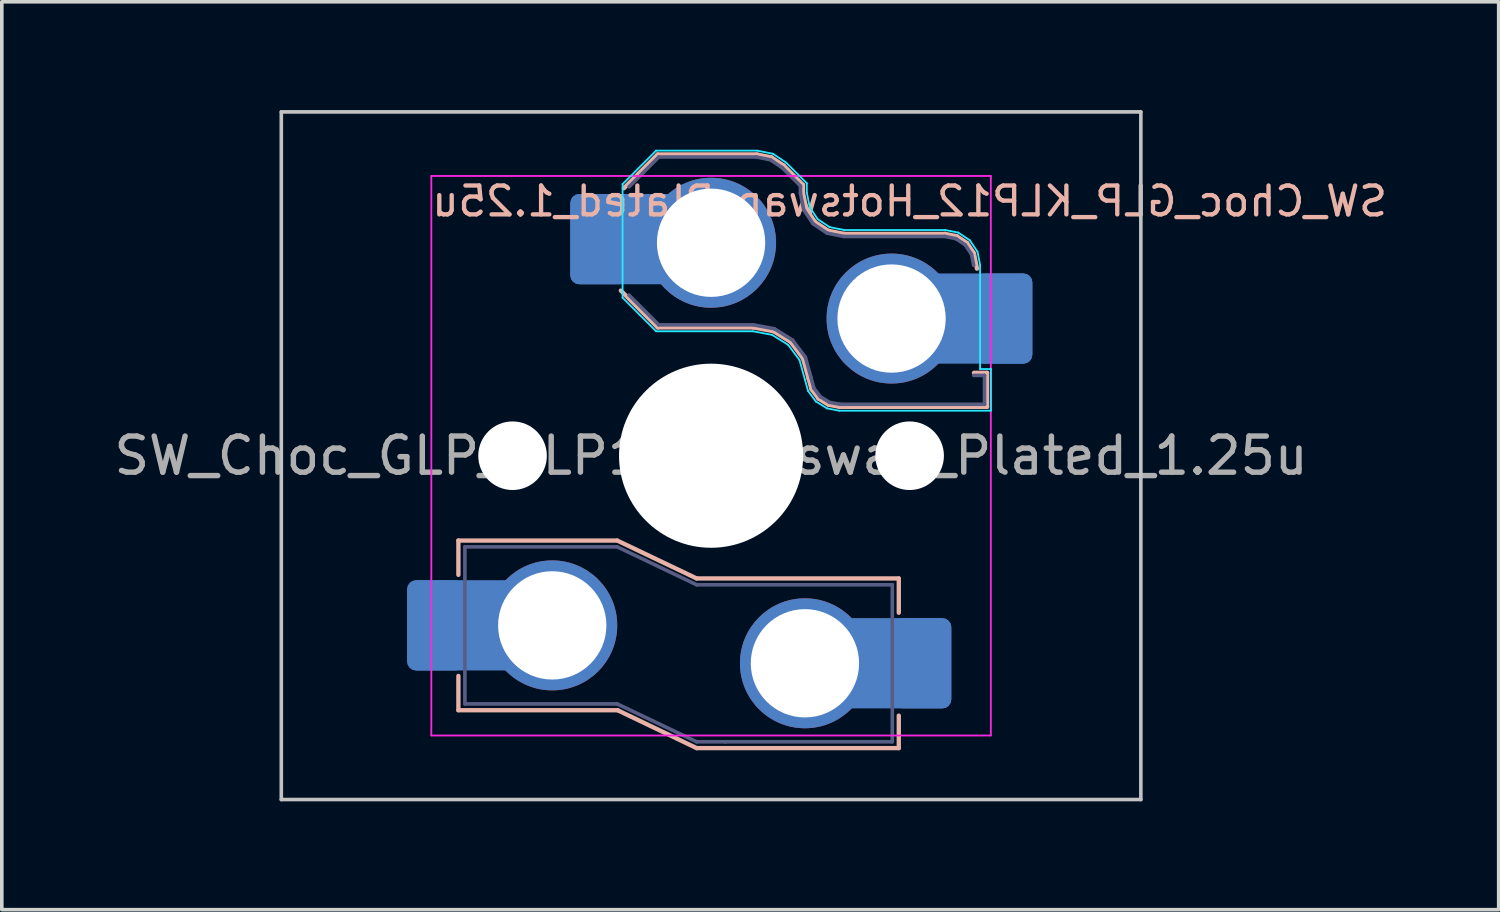
<source format=kicad_pcb>
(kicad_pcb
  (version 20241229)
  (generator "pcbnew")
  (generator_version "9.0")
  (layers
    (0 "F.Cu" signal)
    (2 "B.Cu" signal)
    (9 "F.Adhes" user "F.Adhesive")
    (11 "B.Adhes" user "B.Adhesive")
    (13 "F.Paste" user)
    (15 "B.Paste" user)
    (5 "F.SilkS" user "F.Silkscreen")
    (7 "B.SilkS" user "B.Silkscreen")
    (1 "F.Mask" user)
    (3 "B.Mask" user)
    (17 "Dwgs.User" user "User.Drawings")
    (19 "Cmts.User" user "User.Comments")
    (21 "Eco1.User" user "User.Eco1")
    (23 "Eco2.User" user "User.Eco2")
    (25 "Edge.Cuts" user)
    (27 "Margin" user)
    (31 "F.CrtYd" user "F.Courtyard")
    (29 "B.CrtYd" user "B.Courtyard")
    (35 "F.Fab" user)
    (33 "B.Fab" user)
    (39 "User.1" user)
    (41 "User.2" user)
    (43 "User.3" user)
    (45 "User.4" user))
  (footprint "SW_Choc_GLP_KLP12_Hotswap_Plated_1.25u"
    (layer "F.Cu")
    (at 16.649 9.575)
    (property "Reference" "SW_Choc_GLP_KLP12_Hotswap_Plated_1.25u" (at 5.5 -7.05 180) (layer "B.SilkS") (effects (font (size 0.8 0.8) (thickness 0.12)) (justify mirror)))
    (attr smd)
    (fp_line (start -7 2.35) (end -7 3.3) (stroke (width 0.12) (type solid)) (layer "B.SilkS"))
    (fp_line (start -7 2.35) (end -2.6 2.35) (stroke (width 0.12) (type solid)) (layer "B.SilkS"))
    (fp_line (start -7 7.05) (end -7 6.1) (stroke (width 0.12) (type solid)) (layer "B.SilkS"))
    (fp_line (start -7 7.05) (end -2.59 7.05) (stroke (width 0.12) (type solid)) (layer "B.SilkS"))
    (fp_line (start -2.6 2.35) (end -0.4 3.4) (stroke (width 0.12) (type solid)) (layer "B.SilkS"))
    (fp_line (start -2.59 7.05) (end -0.4 8.1) (stroke (width 0.12) (type solid)) (layer "B.SilkS"))
    (fp_line (start -2.416 -7.409) (end -1.479 -8.346) (stroke (width 0.12) (type solid)) (layer "B.SilkS"))
    (fp_line (start -1.479 -8.346) (end 1.268 -8.346) (stroke (width 0.12) (type solid)) (layer "B.SilkS"))
    (fp_line (start -1.479 -3.554) (end -2.5 -4.575) (stroke (width 0.12) (type solid)) (layer "B.SilkS"))
    (fp_line (start 1.168 -3.554) (end -1.479 -3.554) (stroke (width 0.12) (type solid)) (layer "B.SilkS"))
    (fp_line (start 1.268 -8.346) (end 1.671 -8.266) (stroke (width 0.12) (type solid)) (layer "B.SilkS"))
    (fp_line (start 1.671 -8.266) (end 2.013 -8.037) (stroke (width 0.12) (type solid)) (layer "B.SilkS"))
    (fp_line (start 1.73 -3.449) (end 1.168 -3.554) (stroke (width 0.12) (type solid)) (layer "B.SilkS"))
    (fp_line (start 2.013 -8.037) (end 2.546 -7.504) (stroke (width 0.12) (type solid)) (layer "B.SilkS"))
    (fp_line (start 2.209 -3.15) (end 1.73 -3.449) (stroke (width 0.12) (type solid)) (layer "B.SilkS"))
    (fp_line (start 2.546 -7.504) (end 2.546 -7.282) (stroke (width 0.12) (type solid)) (layer "B.SilkS"))
    (fp_line (start 2.546 -7.282) (end 2.633 -6.844) (stroke (width 0.12) (type solid)) (layer "B.SilkS"))
    (fp_line (start 2.547 -2.697) (end 2.209 -3.15) (stroke (width 0.12) (type solid)) (layer "B.SilkS"))
    (fp_line (start 2.633 -6.844) (end 2.877 -6.477) (stroke (width 0.12) (type solid)) (layer "B.SilkS"))
    (fp_line (start 2.701 -2.139) (end 2.547 -2.697) (stroke (width 0.12) (type solid)) (layer "B.SilkS"))
    (fp_line (start 2.783 -1.841) (end 2.701 -2.139) (stroke (width 0.12) (type solid)) (layer "B.SilkS"))
    (fp_line (start 2.877 -6.477) (end 3.244 -6.233) (stroke (width 0.12) (type solid)) (layer "B.SilkS"))
    (fp_line (start 2.976 -1.583) (end 2.783 -1.841) (stroke (width 0.12) (type solid)) (layer "B.SilkS"))
    (fp_line (start 3.244 -6.233) (end 3.682 -6.146) (stroke (width 0.12) (type solid)) (layer "B.SilkS"))
    (fp_line (start 3.25 -1.413) (end 2.976 -1.583) (stroke (width 0.12) (type solid)) (layer "B.SilkS"))
    (fp_line (start 3.56 -1.354) (end 3.25 -1.413) (stroke (width 0.12) (type solid)) (layer "B.SilkS"))
    (fp_line (start 3.682 -6.146) (end 6.482 -6.146) (stroke (width 0.12) (type solid)) (layer "B.SilkS"))
    (fp_line (start 5.2 3.4) (end -0.4 3.4) (stroke (width 0.12) (type solid)) (layer "B.SilkS"))
    (fp_line (start 5.2 3.4) (end 5.2 4.35) (stroke (width 0.12) (type solid)) (layer "B.SilkS"))
    (fp_line (start 5.2 8.1) (end -0.4 8.1) (stroke (width 0.12) (type solid)) (layer "B.SilkS"))
    (fp_line (start 5.2 8.1) (end 5.2 7.2) (stroke (width 0.12) (type solid)) (layer "B.SilkS"))
    (fp_line (start 6.482 -6.146) (end 6.809 -6.081) (stroke (width 0.12) (type solid)) (layer "B.SilkS"))
    (fp_line (start 6.809 -6.081) (end 7.092 -5.892) (stroke (width 0.12) (type solid)) (layer "B.SilkS"))
    (fp_line (start 7.092 -5.892) (end 7.281 -5.609) (stroke (width 0.12) (type solid)) (layer "B.SilkS"))
    (fp_line (start 7.281 -5.609) (end 7.366 -5.182) (stroke (width 0.12) (type solid)) (layer "B.SilkS"))
    (fp_line (start 7.283 -2.296) (end 7.646 -2.296) (stroke (width 0.12) (type solid)) (layer "B.SilkS"))
    (fp_line (start 7.646 -2.296) (end 7.646 -1.354) (stroke (width 0.12) (type solid)) (layer "B.SilkS"))
    (fp_line (start 7.646 -1.354) (end 3.56 -1.354) (stroke (width 0.12) (type solid)) (layer "B.SilkS"))
    (fp_line (start -11.906 -9.525) (end -11.906 9.525) (stroke (width 0.1) (type default)) (layer "Dwgs.User"))
    (fp_line (start 11.906 -9.525) (end -11.906 -9.525) (stroke (width 0.1) (type solid)) (layer "Dwgs.User"))
    (fp_line (start 11.906 -9.525) (end 11.906 9.525) (stroke (width 0.1) (type default)) (layer "Dwgs.User"))
    (fp_line (start 11.906 9.525) (end -11.906 9.525) (stroke (width 0.1) (type solid)) (layer "Dwgs.User"))
    (fp_line (start -2.452 -7.523) (end -1.523 -8.452) (stroke (width 0.05) (type solid)) (layer "B.CrtYd"))
    (fp_line (start -2.452 -4.377) (end -2.452 -7.523) (stroke (width 0.05) (type solid)) (layer "B.CrtYd"))
    (fp_line (start -1.523 -8.452) (end 1.278 -8.452) (stroke (width 0.05) (type solid)) (layer "B.CrtYd"))
    (fp_line (start -1.523 -3.448) (end -2.452 -4.377) (stroke (width 0.05) (type solid)) (layer "B.CrtYd"))
    (fp_line (start 1.159 -3.448) (end -1.523 -3.448) (stroke (width 0.05) (type solid)) (layer "B.CrtYd"))
    (fp_line (start 1.278 -8.452) (end 1.712 -8.366) (stroke (width 0.05) (type solid)) (layer "B.CrtYd"))
    (fp_line (start 1.691 -3.348) (end 1.159 -3.448) (stroke (width 0.05) (type solid)) (layer "B.CrtYd"))
    (fp_line (start 1.712 -8.366) (end 2.081 -8.119) (stroke (width 0.05) (type solid)) (layer "B.CrtYd"))
    (fp_line (start 2.081 -8.119) (end 2.652 -7.548) (stroke (width 0.05) (type solid)) (layer "B.CrtYd"))
    (fp_line (start 2.136 -3.071) (end 1.691 -3.348) (stroke (width 0.05) (type solid)) (layer "B.CrtYd"))
    (fp_line (start 2.45 -2.65) (end 2.136 -3.071) (stroke (width 0.05) (type solid)) (layer "B.CrtYd"))
    (fp_line (start 2.599 -2.111) (end 2.45 -2.65) (stroke (width 0.05) (type solid)) (layer "B.CrtYd"))
    (fp_line (start 2.652 -7.548) (end 2.652 -7.292) (stroke (width 0.05) (type solid)) (layer "B.CrtYd"))
    (fp_line (start 2.652 -7.292) (end 2.733 -6.885) (stroke (width 0.05) (type solid)) (layer "B.CrtYd"))
    (fp_line (start 2.687 -1.794) (end 2.599 -2.111) (stroke (width 0.05) (type solid)) (layer "B.CrtYd"))
    (fp_line (start 2.733 -6.885) (end 2.953 -6.553) (stroke (width 0.05) (type solid)) (layer "B.CrtYd"))
    (fp_line (start 2.903 -1.503) (end 2.687 -1.794) (stroke (width 0.05) (type solid)) (layer "B.CrtYd"))
    (fp_line (start 2.953 -6.553) (end 3.285 -6.333) (stroke (width 0.05) (type solid)) (layer "B.CrtYd"))
    (fp_line (start 3.211 -1.312) (end 2.903 -1.503) (stroke (width 0.05) (type solid)) (layer "B.CrtYd"))
    (fp_line (start 3.285 -6.333) (end 3.692 -6.252) (stroke (width 0.05) (type solid)) (layer "B.CrtYd"))
    (fp_line (start 3.55 -1.248) (end 3.211 -1.312) (stroke (width 0.05) (type solid)) (layer "B.CrtYd"))
    (fp_line (start 3.692 -6.252) (end 6.492 -6.252) (stroke (width 0.05) (type solid)) (layer "B.CrtYd"))
    (fp_line (start 6.492 -6.252) (end 6.85 -6.181) (stroke (width 0.05) (type solid)) (layer "B.CrtYd"))
    (fp_line (start 6.85 -6.181) (end 7.168 -5.968) (stroke (width 0.05) (type solid)) (layer "B.CrtYd"))
    (fp_line (start 7.168 -5.968) (end 7.381 -5.65) (stroke (width 0.05) (type solid)) (layer "B.CrtYd"))
    (fp_line (start 7.381 -5.65) (end 7.452 -5.292) (stroke (width 0.05) (type solid)) (layer "B.CrtYd"))
    (fp_line (start 7.452 -5.292) (end 7.452 -2.402) (stroke (width 0.05) (type solid)) (layer "B.CrtYd"))
    (fp_line (start 7.452 -2.402) (end 7.752 -2.402) (stroke (width 0.05) (type solid)) (layer "B.CrtYd"))
    (fp_line (start 7.752 -2.402) (end 7.752 -1.248) (stroke (width 0.05) (type solid)) (layer "B.CrtYd"))
    (fp_line (start 7.752 -1.248) (end 3.55 -1.248) (stroke (width 0.05) (type solid)) (layer "B.CrtYd"))
    (fp_line (start -7.75 7.75) (end -7.75 -7.75) (stroke (width 0.05) (type solid)) (layer "F.CrtYd"))
    (fp_line (start 7.75 -7.75) (end -7.75 -7.75) (stroke (width 0.05) (type solid)) (layer "F.CrtYd"))
    (fp_line (start 7.75 -7.75) (end 7.75 7.75) (stroke (width 0.05) (type solid)) (layer "F.CrtYd"))
    (fp_line (start 7.75 7.75) (end -7.75 7.75) (stroke (width 0.05) (type solid)) (layer "F.CrtYd"))
    (fp_line (start -6.82 2.525) (end -6.82 6.875) (stroke (width 0.1) (type solid)) (layer "B.Fab"))
    (fp_line (start -6.82 2.525) (end -2.6 2.525) (stroke (width 0.1) (type solid)) (layer "B.Fab"))
    (fp_line (start -6.82 6.875) (end -2.6 6.875) (stroke (width 0.1) (type solid)) (layer "B.Fab"))
    (fp_line (start -2.6 2.525) (end -0.4 3.575) (stroke (width 0.1) (type solid)) (layer "B.Fab"))
    (fp_line (start -2.6 6.875) (end -0.4 7.925) (stroke (width 0.1) (type solid)) (layer "B.Fab"))
    (fp_line (start -2.275 -7.45) (end -1.45 -8.275) (stroke (width 0.1) (type solid)) (layer "B.Fab"))
    (fp_line (start -1.45 -8.275) (end 1.261 -8.275) (stroke (width 0.1) (type solid)) (layer "B.Fab"))
    (fp_line (start -1.45 -3.625) (end -2.275 -4.45) (stroke (width 0.1) (type solid)) (layer "B.Fab"))
    (fp_line (start 0.4 7.925) (end -0.4 7.925) (stroke (width 0.1) (type solid)) (layer "B.Fab"))
    (fp_line (start 1.175 -3.625) (end -1.45 -3.625) (stroke (width 0.1) (type solid)) (layer "B.Fab"))
    (fp_line (start 1.261 -8.275) (end 1.643 -8.199) (stroke (width 0.1) (type solid)) (layer "B.Fab"))
    (fp_line (start 1.643 -8.199) (end 1.968 -7.982) (stroke (width 0.1) (type solid)) (layer "B.Fab"))
    (fp_line (start 1.756 -3.516) (end 1.175 -3.625) (stroke (width 0.1) (type solid)) (layer "B.Fab"))
    (fp_line (start 1.968 -7.982) (end 2.475 -7.475) (stroke (width 0.1) (type solid)) (layer "B.Fab"))
    (fp_line (start 2.258 -3.203) (end 1.756 -3.516) (stroke (width 0.1) (type solid)) (layer "B.Fab"))
    (fp_line (start 2.475 -7.475) (end 2.475 -7.275) (stroke (width 0.1) (type solid)) (layer "B.Fab"))
    (fp_line (start 2.475 -7.275) (end 2.566 -6.816) (stroke (width 0.1) (type solid)) (layer "B.Fab"))
    (fp_line (start 2.566 -6.816) (end 2.826 -6.426) (stroke (width 0.1) (type solid)) (layer "B.Fab"))
    (fp_line (start 2.612 -2.729) (end 2.258 -3.203) (stroke (width 0.1) (type solid)) (layer "B.Fab"))
    (fp_line (start 2.769 -2.158) (end 2.612 -2.729) (stroke (width 0.1) (type solid)) (layer "B.Fab"))
    (fp_line (start 2.826 -6.426) (end 3.216 -6.166) (stroke (width 0.1) (type solid)) (layer "B.Fab"))
    (fp_line (start 2.848 -1.873) (end 2.769 -2.158) (stroke (width 0.1) (type solid)) (layer "B.Fab"))
    (fp_line (start 3.025 -1.636) (end 2.848 -1.873) (stroke (width 0.1) (type solid)) (layer "B.Fab"))
    (fp_line (start 3.216 -6.166) (end 3.675 -6.075) (stroke (width 0.1) (type solid)) (layer "B.Fab"))
    (fp_line (start 3.276 -1.48) (end 3.025 -1.636) (stroke (width 0.1) (type solid)) (layer "B.Fab"))
    (fp_line (start 3.567 -1.425) (end 3.276 -1.48) (stroke (width 0.1) (type solid)) (layer "B.Fab"))
    (fp_line (start 3.675 -6.075) (end 6.475 -6.075) (stroke (width 0.1) (type solid)) (layer "B.Fab"))
    (fp_line (start 5.02 3.575) (end -0.4 3.575) (stroke (width 0.1) (type solid)) (layer "B.Fab"))
    (fp_line (start 5.02 3.575) (end 5.02 7.925) (stroke (width 0.1) (type solid)) (layer "B.Fab"))
    (fp_line (start 5.02 7.925) (end 0.4 7.925) (stroke (width 0.1) (type solid)) (layer "B.Fab"))
    (fp_line (start 6.475 -6.075) (end 6.781 -6.014) (stroke (width 0.1) (type solid)) (layer "B.Fab"))
    (fp_line (start 6.781 -6.014) (end 7.041 -5.841) (stroke (width 0.1) (type solid)) (layer "B.Fab"))
    (fp_line (start 7.041 -5.841) (end 7.214 -5.581) (stroke (width 0.1) (type solid)) (layer "B.Fab"))
    (fp_line (start 7.214 -5.581) (end 7.275 -5.275) (stroke (width 0.1) (type solid)) (layer "B.Fab"))
    (fp_line (start 7.275 -2.225) (end 7.575 -2.225) (stroke (width 0.1) (type solid)) (layer "B.Fab"))
    (fp_line (start 7.575 -2.225) (end 7.575 -1.425) (stroke (width 0.1) (type solid)) (layer "B.Fab"))
    (fp_line (start 7.575 -1.425) (end 3.567 -1.425) (stroke (width 0.1) (type solid)) (layer "B.Fab"))
    (fp_rect (start -7.05 -7.05) (end 7.05 7.05) (stroke (width 0.12) (type default)) (fill no) (layer "User.1"))
    (fp_text user "${REFERENCE}" (at 0 0 0) (layer "F.Fab") (effects (font (size 1 1) (thickness 0.15))))
    (pad "" np_thru_hole circle (at -5.5 0) (size 1.9 1.9) (drill 1.9) (layers "*.Cu" "*.Mask"))
    (pad "" np_thru_hole circle (at 0 0) (size 5.1 5.1) (drill 5.1) (layers "*.Cu" "*.Mask"))
    (pad "" np_thru_hole circle (at 5.5 0) (size 1.9 1.9) (drill 1.9) (layers "*.Cu" "*.Mask"))
    (pad "1" thru_hole circle (at 2.6 5.75) (size 3.6 3.6) (drill 3) (layers "*.Cu" "*.Mask"))
    (pad "1" smd roundrect (at 4.73 5.75) (size 3.85 2.5) (layers "B.Cu") (roundrect_rratio 0.1))
    (pad "1" thru_hole circle (at 5 -3.8) (size 3.6 3.6) (drill 3) (layers "*.Cu" "*.Mask"))
    (pad "1" smd roundrect (at 5.855 5.75) (size 1.6 2.5) (layers "B.Cu" "B.Mask" "B.Paste") (roundrect_rratio 0.156))
    (pad "1" smd roundrect (at 6.975 -3.8) (size 3.85 2.5) (layers "B.Cu") (roundrect_rratio 0.1))
    (pad "1" smd roundrect (at 8.1 -3.8) (size 1.6 2.5) (layers "B.Cu" "B.Mask" "B.Paste") (roundrect_rratio 0.156))
    (pad "2" smd roundrect (at -7.62 4.7) (size 1.6 2.5) (layers "B.Cu" "B.Mask" "B.Paste") (roundrect_rratio 0.156))
    (pad "2" smd roundrect (at -6.495 4.699) (size 3.85 2.5) (layers "B.Cu") (roundrect_rratio 0.1))
    (pad "2" thru_hole circle (at -4.4 4.7) (size 3.6 3.6) (drill 3) (layers "*.Cu" "*.Mask"))
    (pad "2" smd roundrect (at -3.1 -6) (size 1.6 2.5) (layers "B.Cu" "B.Mask" "B.Paste") (roundrect_rratio 0.156))
    (pad "2" smd roundrect (at -1.975 -6) (size 3.85 2.5) (layers "B.Cu") (roundrect_rratio 0.1))
    (pad "2" thru_hole circle (at 0 -5.9) (size 3.6 3.6) (drill 3) (layers "*.Cu" "*.Mask")))
  (gr_rect
    (start -3 -3)
    (end 38.468 22.15)
    (stroke (width 0.1) (type default))
    (fill no)
    (layer "Edge.Cuts")))
</source>
